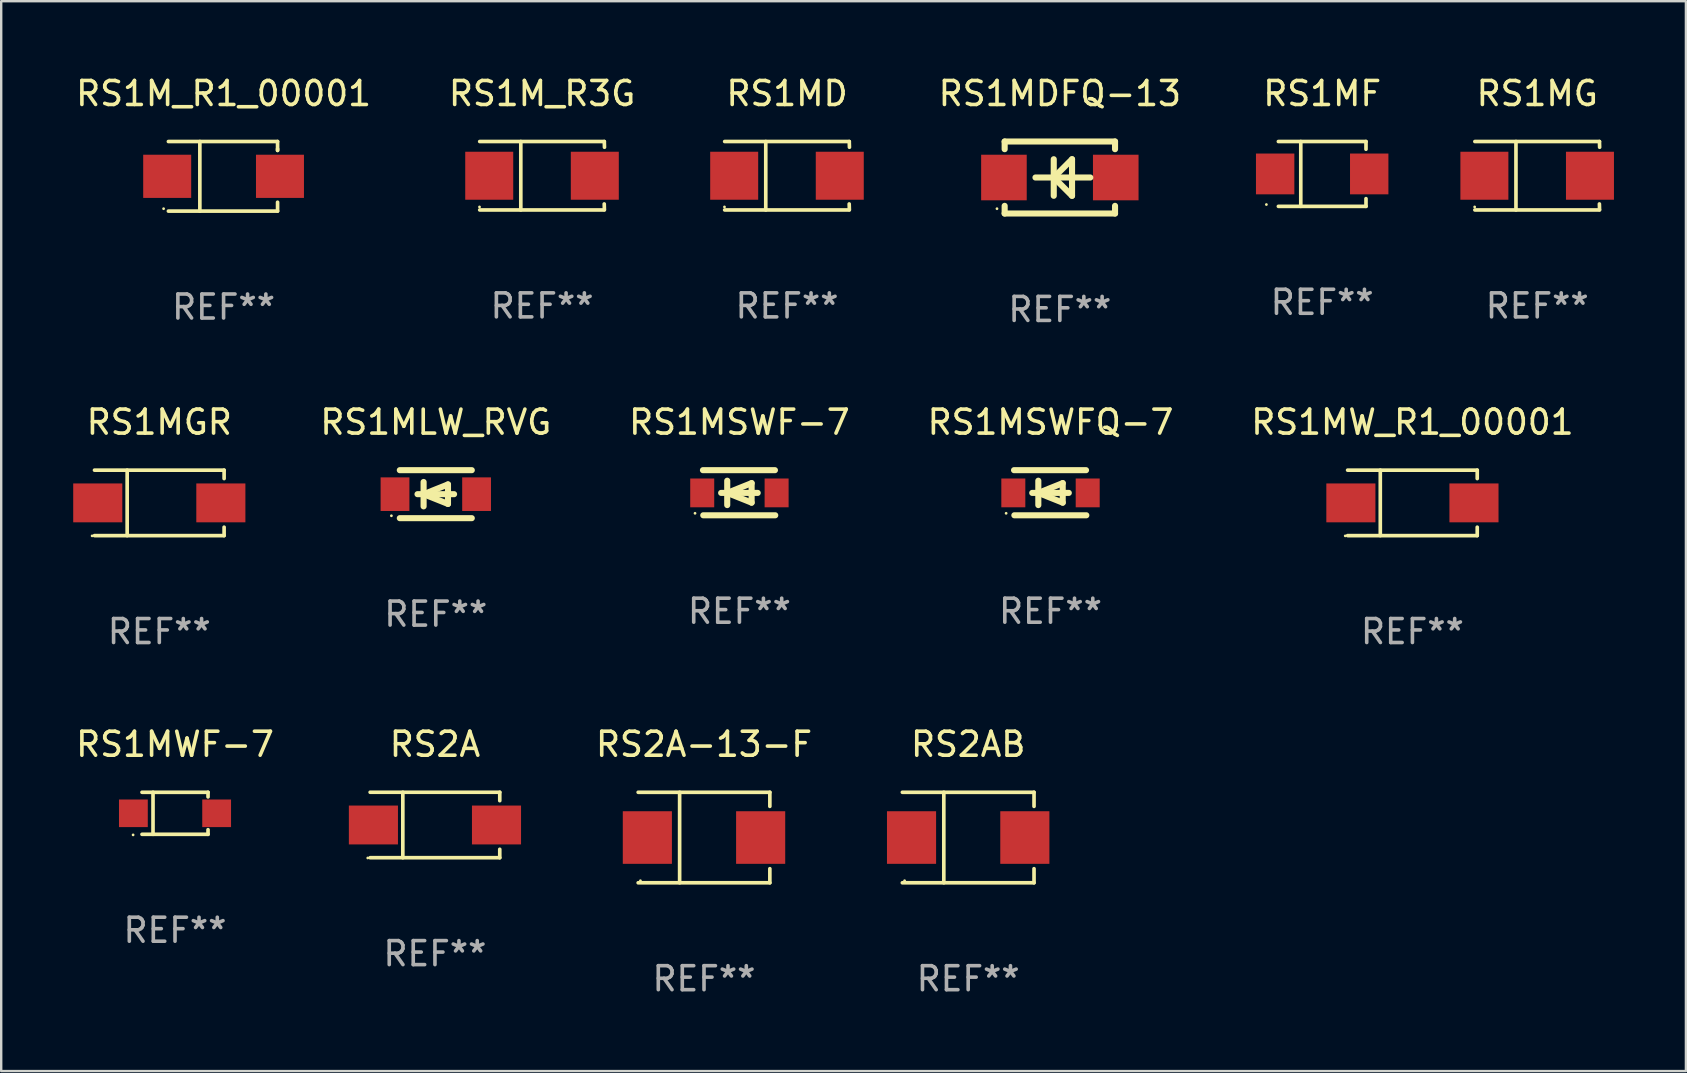
<source format=kicad_pcb>
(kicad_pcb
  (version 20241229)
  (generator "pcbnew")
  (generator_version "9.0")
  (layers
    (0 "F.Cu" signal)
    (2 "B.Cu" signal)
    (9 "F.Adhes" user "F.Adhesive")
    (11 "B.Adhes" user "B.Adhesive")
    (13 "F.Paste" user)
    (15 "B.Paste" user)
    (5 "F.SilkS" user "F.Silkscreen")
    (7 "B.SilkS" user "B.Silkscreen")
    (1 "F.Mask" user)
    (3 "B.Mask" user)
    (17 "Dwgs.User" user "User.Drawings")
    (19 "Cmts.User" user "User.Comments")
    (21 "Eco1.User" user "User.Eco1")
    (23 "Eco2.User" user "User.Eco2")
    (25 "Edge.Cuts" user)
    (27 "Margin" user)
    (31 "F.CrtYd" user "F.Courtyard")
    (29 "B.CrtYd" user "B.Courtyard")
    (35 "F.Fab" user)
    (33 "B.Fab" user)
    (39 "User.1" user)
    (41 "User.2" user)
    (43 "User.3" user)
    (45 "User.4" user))
  (footprint "RS1MD"
    (layer "F.Cu")
    (at 29.751 4.274)
    (property "Reference" "RS1MD" (at 0 -3.426 0) (layer "F.SilkS") (effects (font (size 1 1) (thickness 0.15))))
    (attr through_hole)
    (fp_line (start -2.6 -1.426) (end 2.593 -1.426) (stroke (width 0.152) (type solid)) (layer "F.SilkS"))
    (fp_line (start -2.6 1.426) (end 2.593 1.426) (stroke (width 0.152) (type solid)) (layer "F.SilkS"))
    (fp_line (start -0.887 -1.426) (end -0.887 1.426) (stroke (width 0.152) (type solid)) (layer "F.SilkS"))
    (fp_line (start 2.59 1.176) (end 2.597 1.415) (stroke (width 0.152) (type solid)) (layer "F.SilkS"))
    (fp_line (start 2.593 -1.426) (end 2.6 -1.187) (stroke (width 0.152) (type solid)) (layer "F.SilkS"))
    (fp_circle (center -2.608 1.3) (end -2.578 1.3) (stroke (width 0.06) (type solid)) (fill no) (layer "F.SilkS"))
    (fp_text user "REF**" (at 0 5.426 0) (layer "F.Fab") (effects (font (size 1 1) (thickness 0.15))))
    (pad "1" smd rect (at -2.203 0 180) (size 2 2) (layers "F.Cu" "F.Mask" "F.Paste"))
    (pad "2" smd rect (at 2.197 0 180) (size 2 2) (layers "F.Cu" "F.Mask" "F.Paste")))
  (footprint "RS2A-13-F"
    (layer "F.Cu")
    (at 26.29 31.855)
    (property "Reference" "RS2A-13-F" (at 0 -3.886 0) (layer "F.SilkS") (effects (font (size 1 1) (thickness 0.15))))
    (attr through_hole)
    (fp_line (start -2.744 -1.886) (end 2.744 -1.886) (stroke (width 0.152) (type solid)) (layer "F.SilkS"))
    (fp_line (start -2.744 1.886) (end 2.744 1.886) (stroke (width 0.152) (type solid)) (layer "F.SilkS"))
    (fp_line (start -1.016 -1.886) (end -1.016 1.886) (stroke (width 0.152) (type solid)) (layer "F.SilkS"))
    (fp_line (start 2.744 -1.886) (end 2.744 -1.299) (stroke (width 0.152) (type solid)) (layer "F.SilkS"))
    (fp_line (start 2.744 1.886) (end 2.744 1.299) (stroke (width 0.152) (type solid)) (layer "F.SilkS"))
    (fp_circle (center -2.65 1.8) (end -2.62 1.8) (stroke (width 0.06) (type solid)) (fill no) (layer "F.SilkS"))
    (fp_text user "REF**" (at 0 5.886 0) (layer "F.Fab") (effects (font (size 1 1) (thickness 0.15))))
    (pad "1" smd rect (at -2.361 0) (size 2.047 2.192) (layers "F.Cu" "F.Mask" "F.Paste"))
    (pad "2" smd rect (at 2.361 0) (size 2.047 2.192) (layers "F.Cu" "F.Mask" "F.Paste")))
  (footprint "RS1MWF-7"
    (layer "F.Cu")
    (at 4.244 30.845)
    (property "Reference" "RS1MWF-7" (at 0 -2.876 0) (layer "F.SilkS") (effects (font (size 1 1) (thickness 0.15))))
    (attr through_hole)
    (fp_line (start -1.376 -0.876) (end 1.376 -0.876) (stroke (width 0.152) (type solid)) (layer "F.SilkS"))
    (fp_line (start -1.376 0.876) (end 1.376 0.876) (stroke (width 0.152) (type solid)) (layer "F.SilkS"))
    (fp_line (start -0.917 -0.876) (end -0.917 0.876) (stroke (width 0.152) (type solid)) (layer "F.SilkS"))
    (fp_line (start 1.376 -0.876) (end 1.376 -0.683) (stroke (width 0.152) (type solid)) (layer "F.SilkS"))
    (fp_line (start 1.376 0.876) (end 1.376 0.683) (stroke (width 0.152) (type solid)) (layer "F.SilkS"))
    (fp_circle (center -1.747 0.9) (end -1.717 0.9) (stroke (width 0.06) (type solid)) (fill no) (layer "F.SilkS"))
    (fp_text user "REF**" (at 0 4.876 0) (layer "F.Fab") (effects (font (size 1 1) (thickness 0.15))))
    (pad "1" smd rect (at -1.735 0) (size 1.2 1.15) (layers "F.Cu" "F.Mask" "F.Paste"))
    (pad "2" smd rect (at 1.735 0) (size 1.2 1.15) (layers "F.Cu" "F.Mask" "F.Paste")))
  (footprint "RS1MDFQ-13"
    (layer "F.Cu")
    (at 41.12 4.348)
    (property "Reference" "RS1MDFQ-13" (at 0 -3.5 0) (layer "F.SilkS") (effects (font (size 1 1) (thickness 0.15))))
    (attr through_hole)
    (fp_line (start -2.3 -1.5) (end -2.3 -1.181) (stroke (width 0.254) (type solid)) (layer "F.SilkS"))
    (fp_line (start -2.3 -1.5) (end 2.3 -1.5) (stroke (width 0.254) (type solid)) (layer "F.SilkS"))
    (fp_line (start -2.3 1.181) (end -2.3 1.5) (stroke (width 0.254) (type solid)) (layer "F.SilkS"))
    (fp_line (start -0.254 0) (end 0.508 0.762) (stroke (width 0.254) (type solid)) (layer "F.SilkS"))
    (fp_line (start -0.254 0.762) (end -0.254 -0.762) (stroke (width 0.254) (type solid)) (layer "F.SilkS"))
    (fp_line (start 0.508 -0.762) (end -0.254 0) (stroke (width 0.254) (type solid)) (layer "F.SilkS"))
    (fp_line (start 0.508 0.762) (end 0.508 -0.762) (stroke (width 0.254) (type solid)) (layer "F.SilkS"))
    (fp_line (start 1.27 0) (end -1.016 0) (stroke (width 0.254) (type solid)) (layer "F.SilkS"))
    (fp_line (start 2.3 -1.5) (end 2.3 -1.181) (stroke (width 0.254) (type solid)) (layer "F.SilkS"))
    (fp_line (start 2.3 1.181) (end 2.3 1.5) (stroke (width 0.254) (type solid)) (layer "F.SilkS"))
    (fp_line (start 2.3 1.5) (end -2.3 1.5) (stroke (width 0.254) (type solid)) (layer "F.SilkS"))
    (fp_circle (center -2.62 1.3) (end -2.59 1.3) (stroke (width 0.06) (type solid)) (fill no) (layer "F.SilkS"))
    (fp_text user "REF**" (at 0 5.5 0) (layer "F.Fab") (effects (font (size 1 1) (thickness 0.15))))
    (pad "1" smd rect (at -2.33 0 270) (size 1.9 1.9) (layers "F.Cu" "F.Mask" "F.Paste"))
    (pad "2" smd rect (at 2.33 0 270) (size 1.9 1.9) (layers "F.Cu" "F.Mask" "F.Paste")))
  (footprint "RS1MF"
    (layer "F.Cu")
    (at 52.053 4.199)
    (property "Reference" "RS1MF" (at 0 -3.351 0) (layer "F.SilkS") (effects (font (size 1 1) (thickness 0.15))))
    (attr through_hole)
    (fp_line (start -1.826 -1.351) (end 1.826 -1.351) (stroke (width 0.152) (type solid)) (layer "F.SilkS"))
    (fp_line (start -1.826 1.351) (end 1.826 1.351) (stroke (width 0.152) (type solid)) (layer "F.SilkS"))
    (fp_line (start -0.892 -1.351) (end -0.892 1.351) (stroke (width 0.152) (type solid)) (layer "F.SilkS"))
    (fp_line (start 1.826 -1.351) (end 1.826 -1.03) (stroke (width 0.152) (type solid)) (layer "F.SilkS"))
    (fp_line (start 1.826 1.03) (end 1.826 1.351) (stroke (width 0.152) (type solid)) (layer "F.SilkS"))
    (fp_circle (center -2.325 1.275) (end -2.295 1.275) (stroke (width 0.06) (type solid)) (fill no) (layer "F.SilkS"))
    (fp_text user "REF**" (at 0 5.351 0) (layer "F.Fab") (effects (font (size 1 1) (thickness 0.15))))
    (pad "1" smd rect (at -1.96 0 180) (size 1.6 1.7) (layers "F.Cu" "F.Mask" "F.Paste"))
    (pad "2" smd rect (at 1.96 0 180) (size 1.6 1.7) (layers "F.Cu" "F.Mask" "F.Paste")))
  (footprint "RS1MSWFQ-7"
    (layer "F.Cu")
    (at 40.731 17.485)
    (property "Reference" "RS1MSWFQ-7" (at 0 -2.94 0) (layer "F.SilkS") (effects (font (size 1 1) (thickness 0.15))))
    (attr through_hole)
    (fp_line (start -1.52 -0.94) (end 1.48 -0.94) (stroke (width 0.254) (type solid)) (layer "F.SilkS"))
    (fp_line (start -1.507 0.94) (end 1.493 0.94) (stroke (width 0.254) (type solid)) (layer "F.SilkS"))
    (fp_line (start -0.762 0.007) (end 0.762 0.007) (stroke (width 0.254) (type solid)) (layer "F.SilkS"))
    (fp_line (start -0.508 -0.501) (end -0.508 0.515) (stroke (width 0.254) (type solid)) (layer "F.SilkS"))
    (fp_line (start -0.508 0.007) (end 0.508 -0.4) (stroke (width 0.254) (type solid)) (layer "F.SilkS"))
    (fp_line (start 0.508 -0.4) (end 0.508 0.413) (stroke (width 0.254) (type solid)) (layer "F.SilkS"))
    (fp_line (start 0.508 0.413) (end -0.508 0.007) (stroke (width 0.254) (type solid)) (layer "F.SilkS"))
    (fp_circle (center -1.85 0.857) (end -1.82 0.857) (stroke (width 0.06) (type solid)) (fill no) (layer "F.SilkS"))
    (fp_text user "REF**" (at 0 4.94 0) (layer "F.Fab") (effects (font (size 1 1) (thickness 0.15))))
    (pad "1" smd rect (at -1.55 0.007) (size 1 1.2) (layers "F.Cu" "F.Mask" "F.Paste"))
    (pad "2" smd rect (at 1.55 0.007) (size 1 1.2) (layers "F.Cu" "F.Mask" "F.Paste")))
  (footprint "RS1MSWF-7"
    (layer "F.Cu")
    (at 27.766 17.485)
    (property "Reference" "RS1MSWF-7" (at 0 -2.94 0) (layer "F.SilkS") (effects (font (size 1 1) (thickness 0.15))))
    (attr through_hole)
    (fp_line (start -1.52 -0.94) (end 1.48 -0.94) (stroke (width 0.254) (type solid)) (layer "F.SilkS"))
    (fp_line (start -1.507 0.94) (end 1.493 0.94) (stroke (width 0.254) (type solid)) (layer "F.SilkS"))
    (fp_line (start -0.762 0.007) (end 0.762 0.007) (stroke (width 0.254) (type solid)) (layer "F.SilkS"))
    (fp_line (start -0.508 -0.501) (end -0.508 0.515) (stroke (width 0.254) (type solid)) (layer "F.SilkS"))
    (fp_line (start -0.508 0.007) (end 0.508 -0.4) (stroke (width 0.254) (type solid)) (layer "F.SilkS"))
    (fp_line (start 0.508 -0.4) (end 0.508 0.413) (stroke (width 0.254) (type solid)) (layer "F.SilkS"))
    (fp_line (start 0.508 0.413) (end -0.508 0.007) (stroke (width 0.254) (type solid)) (layer "F.SilkS"))
    (fp_circle (center -1.85 0.857) (end -1.82 0.857) (stroke (width 0.06) (type solid)) (fill no) (layer "F.SilkS"))
    (fp_text user "REF**" (at 0 4.94 0) (layer "F.Fab") (effects (font (size 1 1) (thickness 0.15))))
    (pad "1" smd rect (at -1.55 0.007) (size 1 1.2) (layers "F.Cu" "F.Mask" "F.Paste"))
    (pad "2" smd rect (at 1.55 0.007) (size 1 1.2) (layers "F.Cu" "F.Mask" "F.Paste")))
  (footprint "RS1MLW_RVG"
    (layer "F.Cu")
    (at 15.112 17.545)
    (property "Reference" "RS1MLW_RVG" (at 0 -3 0) (layer "F.SilkS") (effects (font (size 1 1) (thickness 0.15))))
    (attr through_hole)
    (fp_line (start -1.5 -1) (end 1.5 -1) (stroke (width 0.254) (type solid)) (layer "F.SilkS"))
    (fp_line (start -1.5 1) (end 1.5 1) (stroke (width 0.254) (type solid)) (layer "F.SilkS"))
    (fp_line (start -0.762 0) (end 0.762 0) (stroke (width 0.254) (type solid)) (layer "F.SilkS"))
    (fp_line (start -0.508 -0.508) (end -0.508 0.508) (stroke (width 0.254) (type solid)) (layer "F.SilkS"))
    (fp_line (start -0.508 0) (end 0.508 -0.406) (stroke (width 0.254) (type solid)) (layer "F.SilkS"))
    (fp_line (start 0.508 -0.406) (end 0.508 0.406) (stroke (width 0.254) (type solid)) (layer "F.SilkS"))
    (fp_line (start 0.508 0.406) (end -0.508 0) (stroke (width 0.254) (type solid)) (layer "F.SilkS"))
    (fp_circle (center -1.85 0.9) (end -1.82 0.9) (stroke (width 0.06) (type solid)) (fill no) (layer "F.SilkS"))
    (fp_text user "REF**" (at 0 5 0) (layer "F.Fab") (effects (font (size 1 1) (thickness 0.15))))
    (pad "1" smd rect (at -1.7 0) (size 1.2 1.4) (layers "F.Cu" "F.Mask" "F.Paste"))
    (pad "2" smd rect (at 1.7 0) (size 1.2 1.4) (layers "F.Cu" "F.Mask" "F.Paste")))
  (footprint "RS1M_R1_00001"
    (layer "F.Cu")
    (at 6.268 4.298)
    (property "Reference" "RS1M_R1_00001" (at 0 -3.45 0) (layer "F.SilkS") (effects (font (size 1 1) (thickness 0.15))))
    (attr through_hole)
    (fp_line (start -2.3 -1.45) (end 2.25 -1.45) (stroke (width 0.152) (type solid)) (layer "F.SilkS"))
    (fp_line (start -0.989 -1.45) (end -0.989 1.45) (stroke (width 0.152) (type solid)) (layer "F.SilkS"))
    (fp_line (start 2.25 -1.45) (end 2.25 -1.08) (stroke (width 0.152) (type solid)) (layer "F.SilkS"))
    (fp_line (start 2.25 -1.08) (end 2.25 -1.142) (stroke (width 0.152) (type solid)) (layer "F.SilkS"))
    (fp_line (start 2.25 1.45) (end -2.3 1.45) (stroke (width 0.152) (type solid)) (layer "F.SilkS"))
    (fp_line (start 2.25 1.45) (end 2.25 1.08) (stroke (width 0.152) (type solid)) (layer "F.SilkS"))
    (fp_circle (center -2.5 1.35) (end -2.47 1.35) (stroke (width 0.06) (type solid)) (fill no) (layer "F.SilkS"))
    (fp_text user "REF**" (at 0 5.45 0) (layer "F.Fab") (effects (font (size 1 1) (thickness 0.15))))
    (pad "1" smd rect (at -2.35 0.000025) (size 2 1.8) (layers "F.Cu" "F.Mask" "F.Paste"))
    (pad "2" smd rect (at 2.35 0.000025) (size 2 1.8) (layers "F.Cu" "F.Mask" "F.Paste")))
  (footprint "RS1MG"
    (layer "F.Cu")
    (at 61.016 4.274)
    (property "Reference" "RS1MG" (at 0 -3.426 0) (layer "F.SilkS") (effects (font (size 1 1) (thickness 0.15))))
    (attr through_hole)
    (fp_line (start -2.6 -1.426) (end 2.593 -1.426) (stroke (width 0.152) (type solid)) (layer "F.SilkS"))
    (fp_line (start -2.6 1.426) (end 2.593 1.426) (stroke (width 0.152) (type solid)) (layer "F.SilkS"))
    (fp_line (start -0.887 -1.426) (end -0.887 1.426) (stroke (width 0.152) (type solid)) (layer "F.SilkS"))
    (fp_line (start 2.59 1.176) (end 2.597 1.415) (stroke (width 0.152) (type solid)) (layer "F.SilkS"))
    (fp_line (start 2.593 -1.426) (end 2.6 -1.187) (stroke (width 0.152) (type solid)) (layer "F.SilkS"))
    (fp_circle (center -2.608 1.3) (end -2.578 1.3) (stroke (width 0.06) (type solid)) (fill no) (layer "F.SilkS"))
    (fp_text user "REF**" (at 0 5.426 0) (layer "F.Fab") (effects (font (size 1 1) (thickness 0.15))))
    (pad "1" smd rect (at -2.203 0 180) (size 2 2) (layers "F.Cu" "F.Mask" "F.Paste"))
    (pad "2" smd rect (at 2.197 0 180) (size 2 2) (layers "F.Cu" "F.Mask" "F.Paste")))
  (footprint "RS1MW_R1_00001"
    (layer "F.Cu")
    (at 55.814 17.908)
    (property "Reference" "RS1MW_R1_00001" (at 0 -3.364 0) (layer "F.SilkS") (effects (font (size 1 1) (thickness 0.15))))
    (attr through_hole)
    (fp_line (start -2.701 -1.364) (end 2.701 -1.364) (stroke (width 0.152) (type solid)) (layer "F.SilkS"))
    (fp_line (start -2.701 1.364) (end 2.701 1.364) (stroke (width 0.152) (type solid)) (layer "F.SilkS"))
    (fp_line (start -1.339 -1.364) (end -1.339 1.364) (stroke (width 0.152) (type solid)) (layer "F.SilkS"))
    (fp_line (start 2.701 -1.364) (end 2.701 -1.013) (stroke (width 0.152) (type solid)) (layer "F.SilkS"))
    (fp_line (start 2.701 1.364) (end 2.701 1.013) (stroke (width 0.152) (type solid)) (layer "F.SilkS"))
    (fp_circle (center -2.8 1.375) (end -2.77 1.375) (stroke (width 0.06) (type solid)) (fill no) (layer "F.SilkS"))
    (fp_text user "REF**" (at 0 5.364 0) (layer "F.Fab") (effects (font (size 1 1) (thickness 0.15))))
    (pad "1" smd rect (at -2.565 -0.000025) (size 2.046 1.62) (layers "F.Cu" "F.Mask" "F.Paste"))
    (pad "2" smd rect (at 2.565 -0.000025) (size 2.046 1.62) (layers "F.Cu" "F.Mask" "F.Paste")))
  (footprint "RS1M_R3G"
    (layer "F.Cu")
    (at 19.542 4.274)
    (property "Reference" "RS1M_R3G" (at 0 -3.426 0) (layer "F.SilkS") (effects (font (size 1 1) (thickness 0.15))))
    (attr through_hole)
    (fp_line (start -2.6 -1.426) (end 2.593 -1.426) (stroke (width 0.152) (type solid)) (layer "F.SilkS"))
    (fp_line (start -2.6 1.426) (end 2.593 1.426) (stroke (width 0.152) (type solid)) (layer "F.SilkS"))
    (fp_line (start -0.887 -1.426) (end -0.887 1.426) (stroke (width 0.152) (type solid)) (layer "F.SilkS"))
    (fp_line (start 2.59 1.176) (end 2.597 1.415) (stroke (width 0.152) (type solid)) (layer "F.SilkS"))
    (fp_line (start 2.593 -1.426) (end 2.6 -1.187) (stroke (width 0.152) (type solid)) (layer "F.SilkS"))
    (fp_circle (center -2.608 1.3) (end -2.578 1.3) (stroke (width 0.06) (type solid)) (fill no) (layer "F.SilkS"))
    (fp_text user "REF**" (at 0 5.426 0) (layer "F.Fab") (effects (font (size 1 1) (thickness 0.15))))
    (pad "1" smd rect (at -2.203 0 180) (size 2 2) (layers "F.Cu" "F.Mask" "F.Paste"))
    (pad "2" smd rect (at 2.197 0 180) (size 2 2) (layers "F.Cu" "F.Mask" "F.Paste")))
  (footprint "RS1MGR"
    (layer "F.Cu")
    (at 3.589 17.908)
    (property "Reference" "RS1MGR" (at 0 -3.364 0) (layer "F.SilkS") (effects (font (size 1 1) (thickness 0.15))))
    (attr through_hole)
    (fp_line (start -2.701 -1.364) (end 2.701 -1.364) (stroke (width 0.152) (type solid)) (layer "F.SilkS"))
    (fp_line (start -2.701 1.364) (end 2.701 1.364) (stroke (width 0.152) (type solid)) (layer "F.SilkS"))
    (fp_line (start -1.339 -1.364) (end -1.339 1.364) (stroke (width 0.152) (type solid)) (layer "F.SilkS"))
    (fp_line (start 2.701 -1.364) (end 2.701 -1.013) (stroke (width 0.152) (type solid)) (layer "F.SilkS"))
    (fp_line (start 2.701 1.364) (end 2.701 1.013) (stroke (width 0.152) (type solid)) (layer "F.SilkS"))
    (fp_circle (center -2.8 1.375) (end -2.77 1.375) (stroke (width 0.06) (type solid)) (fill no) (layer "F.SilkS"))
    (fp_text user "REF**" (at 0 5.364 0) (layer "F.Fab") (effects (font (size 1 1) (thickness 0.15))))
    (pad "1" smd rect (at -2.565 -0.000025) (size 2.046 1.62) (layers "F.Cu" "F.Mask" "F.Paste"))
    (pad "2" smd rect (at 2.565 -0.000025) (size 2.046 1.62) (layers "F.Cu" "F.Mask" "F.Paste")))
  (footprint "RS2A"
    (layer "F.Cu")
    (at 15.077 31.332)
    (property "Reference" "RS2A" (at 0 -3.364 0) (layer "F.SilkS") (effects (font (size 1 1) (thickness 0.15))))
    (attr through_hole)
    (fp_line (start -2.701 -1.364) (end 2.701 -1.364) (stroke (width 0.152) (type solid)) (layer "F.SilkS"))
    (fp_line (start -2.701 1.364) (end 2.701 1.364) (stroke (width 0.152) (type solid)) (layer "F.SilkS"))
    (fp_line (start -1.339 -1.364) (end -1.339 1.364) (stroke (width 0.152) (type solid)) (layer "F.SilkS"))
    (fp_line (start 2.701 -1.364) (end 2.701 -1.013) (stroke (width 0.152) (type solid)) (layer "F.SilkS"))
    (fp_line (start 2.701 1.364) (end 2.701 1.013) (stroke (width 0.152) (type solid)) (layer "F.SilkS"))
    (fp_circle (center -2.8 1.375) (end -2.77 1.375) (stroke (width 0.06) (type solid)) (fill no) (layer "F.SilkS"))
    (fp_text user "REF**" (at 0 5.364 0) (layer "F.Fab") (effects (font (size 1 1) (thickness 0.15))))
    (pad "1" smd rect (at -2.565 -0.000025) (size 2.046 1.62) (layers "F.Cu" "F.Mask" "F.Paste"))
    (pad "2" smd rect (at 2.565 -0.000025) (size 2.046 1.62) (layers "F.Cu" "F.Mask" "F.Paste")))
  (footprint "RS2AB"
    (layer "F.Cu")
    (at 37.3 31.855)
    (property "Reference" "RS2AB" (at 0 -3.886 0) (layer "F.SilkS") (effects (font (size 1 1) (thickness 0.15))))
    (attr through_hole)
    (fp_line (start -2.744 -1.886) (end 2.744 -1.886) (stroke (width 0.152) (type solid)) (layer "F.SilkS"))
    (fp_line (start -2.744 1.886) (end 2.744 1.886) (stroke (width 0.152) (type solid)) (layer "F.SilkS"))
    (fp_line (start -1.016 -1.886) (end -1.016 1.886) (stroke (width 0.152) (type solid)) (layer "F.SilkS"))
    (fp_line (start 2.744 -1.886) (end 2.744 -1.299) (stroke (width 0.152) (type solid)) (layer "F.SilkS"))
    (fp_line (start 2.744 1.886) (end 2.744 1.299) (stroke (width 0.152) (type solid)) (layer "F.SilkS"))
    (fp_circle (center -2.65 1.8) (end -2.62 1.8) (stroke (width 0.06) (type solid)) (fill no) (layer "F.SilkS"))
    (fp_text user "REF**" (at 0 5.886 0) (layer "F.Fab") (effects (font (size 1 1) (thickness 0.15))))
    (pad "1" smd rect (at -2.361 0) (size 2.047 2.192) (layers "F.Cu" "F.Mask" "F.Paste"))
    (pad "2" smd rect (at 2.361 0) (size 2.047 2.192) (layers "F.Cu" "F.Mask" "F.Paste")))
  (gr_rect
    (start -3 -3)
    (end 67.212 41.589)
    (stroke (width 0.1) (type default))
    (fill no)
    (layer "Edge.Cuts")))
</source>
